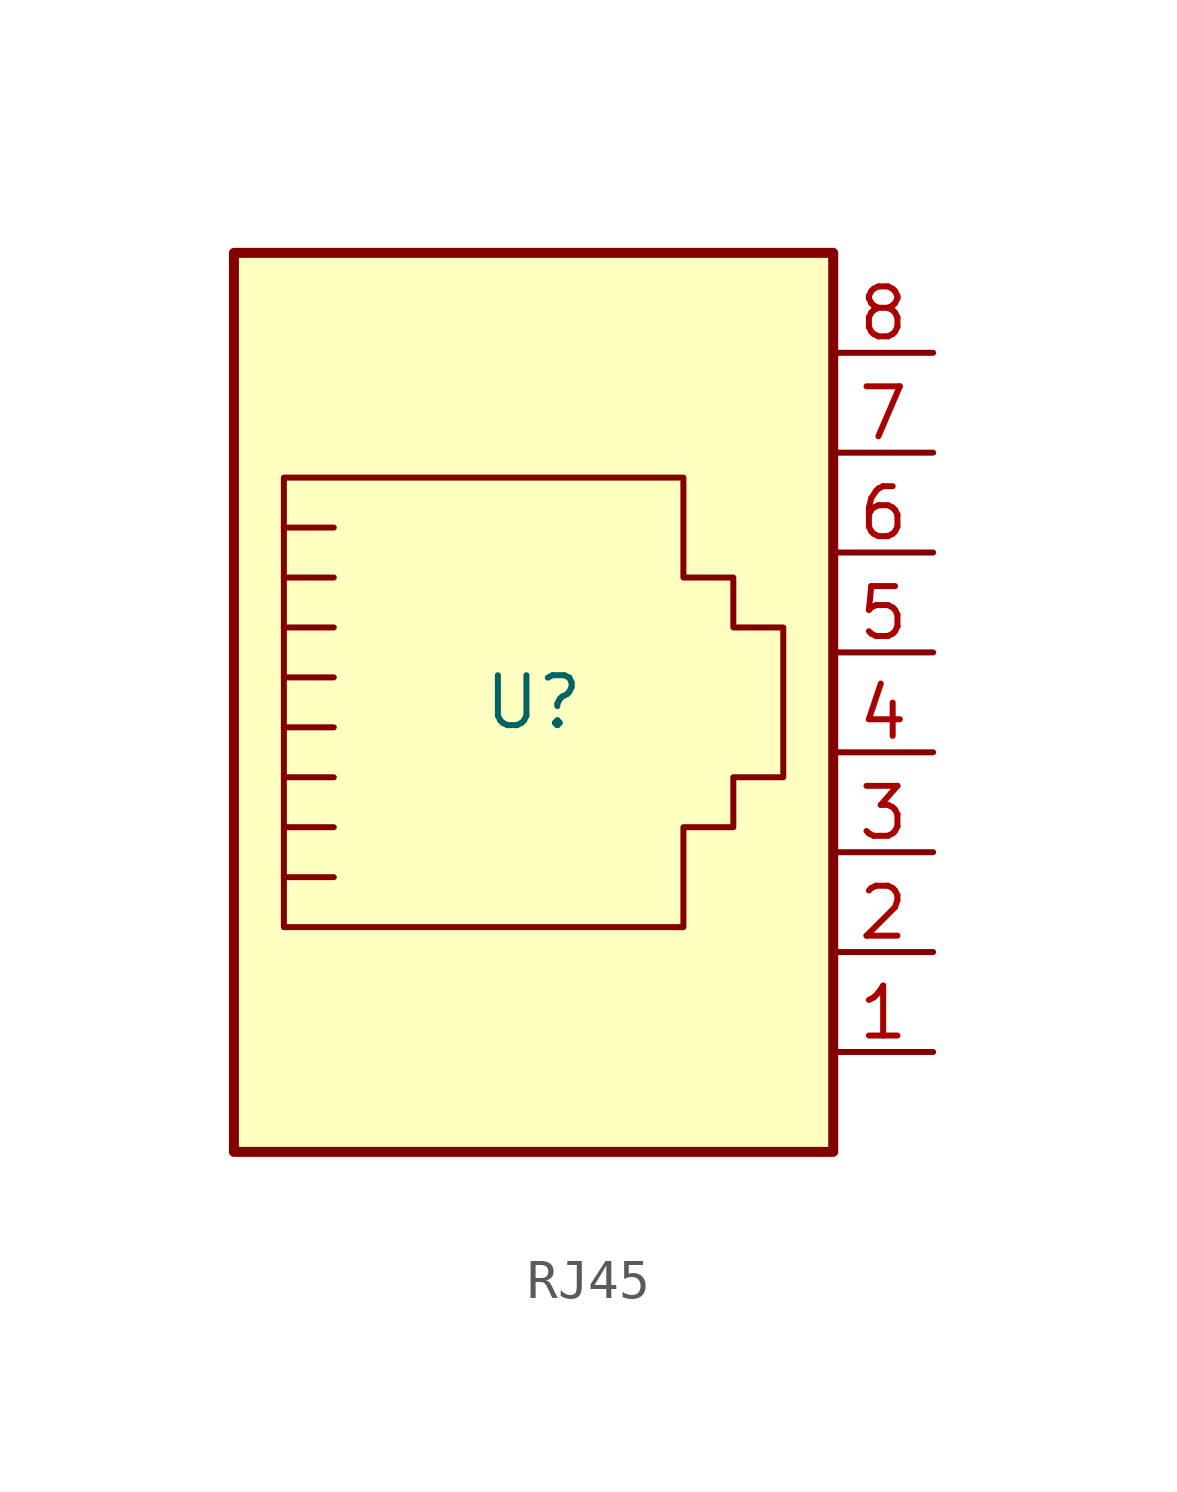
<source format=kicad_sym>
(kicad_symbol_lib
  (version 20220914)
  (generator kicad_symbol_editor)
  (symbol "RJ45"
    (property "Reference" "U"
      (at 0 0 0)
      (effects (font (size 1.27 1.27))))
    (property "Value" ""
      (at 0 0 0)
      (effects (font (size 1.27 1.27))))
    (symbol "RJ45_0_1"
      (polyline (pts (xy -5.08 3.175) (xy -6.35 3.175)) (stroke (width 0) (type default)) (fill (type none)))
      (polyline (pts (xy -5.08 4.445) (xy -6.35 4.445)) (stroke (width 0) (type default)) (fill (type none)))
      (polyline (pts (xy -6.35 -4.445) (xy -5.08 -4.445) (xy -5.08 -4.445)) (stroke (width 0) (type default)) (fill (type none)))
      (polyline (pts (xy -6.35 -3.175) (xy -5.08 -3.175) (xy -5.08 -3.175)) (stroke (width 0) (type default)) (fill (type none)))
      (polyline (pts (xy -6.35 -1.905) (xy -5.08 -1.905) (xy -5.08 -1.905)) (stroke (width 0) (type default)) (fill (type none)))
      (polyline (pts (xy -6.35 -0.635) (xy -5.08 -0.635) (xy -5.08 -0.635)) (stroke (width 0) (type default)) (fill (type none)))
      (polyline (pts (xy -6.35 0.635) (xy -5.08 0.635) (xy -5.08 0.635)) (stroke (width 0) (type default)) (fill (type none)))
      (polyline (pts (xy -5.08 1.905) (xy -6.35 1.905) (xy -6.35 1.905)) (stroke (width 0) (type default)) (fill (type none)))
      (polyline (pts (xy -6.35 -5.715) (xy -6.35 5.715) (xy 3.81 5.715) (xy 3.81 3.175) (xy 5.08 3.175) (xy 5.08 1.905) (xy 6.35 1.905) (xy 6.35 -1.905) (xy 5.08 -1.905) (xy 5.08 -3.175) (xy 3.81 -3.175) (xy 3.81 -5.715) (xy -6.35 -5.715) (xy -6.35 -5.715)) (stroke (width 0) (type default)) (fill (type none)))
      (rectangle (start 7.62 11.43) (end -7.62 -11.43) (stroke (width 0.254) (type default)) (fill (type background))))
    (symbol "RJ45_1_1"
      (pin passive line (at 10.16 -8.89 180) (length 2.54) (name "~" (effects (font (size 1.27 1.27)))) (number "1" (effects (font (size 1.27 1.27)))))
      (pin passive line (at 10.16 -6.35 180) (length 2.54) (name "~" (effects (font (size 1.27 1.27)))) (number "2" (effects (font (size 1.27 1.27)))))
      (pin passive line (at 10.16 -3.81 180) (length 2.54) (name "~" (effects (font (size 1.27 1.27)))) (number "3" (effects (font (size 1.27 1.27)))))
      (pin passive line (at 10.16 -1.27 180) (length 2.54) (name "~" (effects (font (size 1.27 1.27)))) (number "4" (effects (font (size 1.27 1.27)))))
      (pin passive line (at 10.16 1.27 180) (length 2.54) (name "~" (effects (font (size 1.27 1.27)))) (number "5" (effects (font (size 1.27 1.27)))))
      (pin passive line (at 10.16 3.81 180) (length 2.54) (name "~" (effects (font (size 1.27 1.27)))) (number "6" (effects (font (size 1.27 1.27)))))
      (pin passive line (at 10.16 6.35 180) (length 2.54) (name "~" (effects (font (size 1.27 1.27)))) (number "7" (effects (font (size 1.27 1.27)))))
      (pin passive line (at 10.16 8.89 180) (length 2.54) (name "~" (effects (font (size 1.27 1.27)))) (number "8" (effects (font (size 1.27 1.27))))))))
</source>
